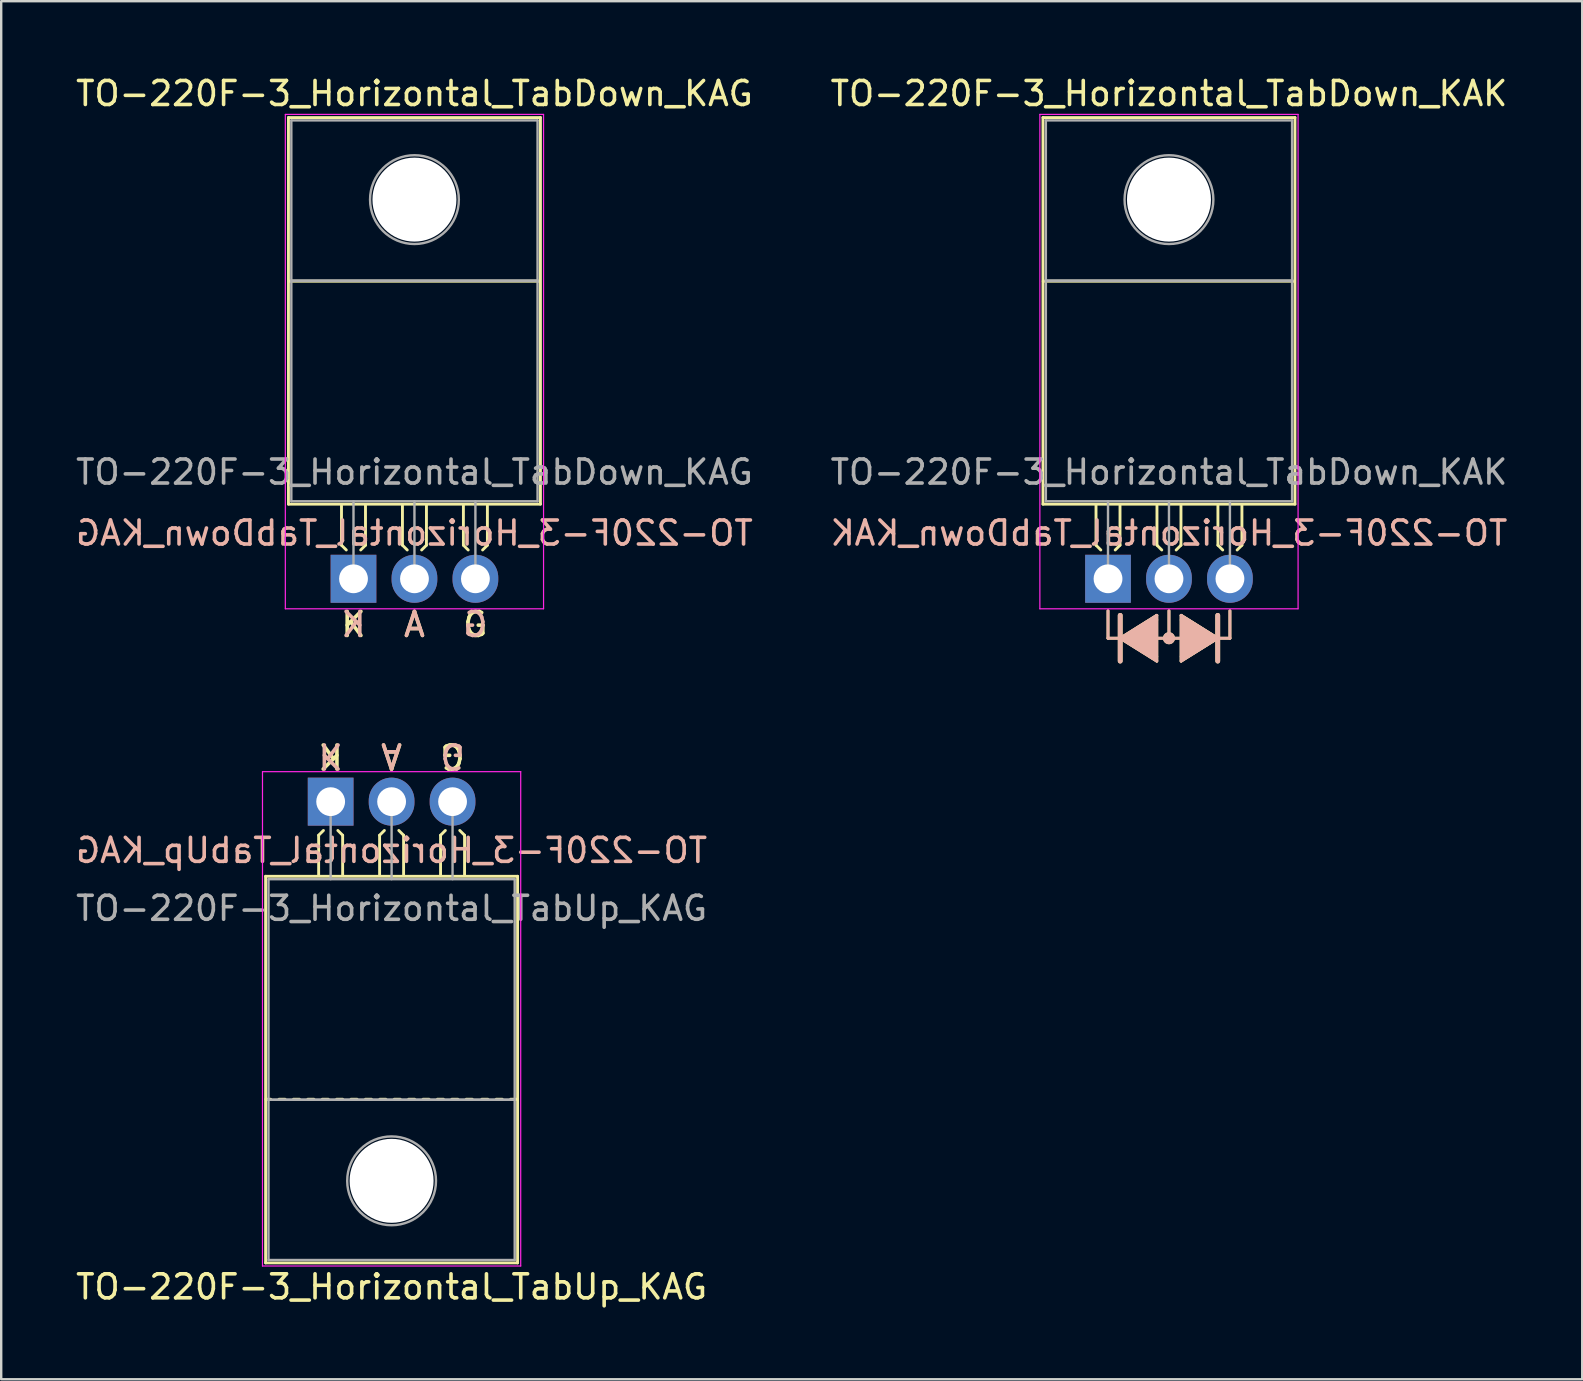
<source format=kicad_pcb>
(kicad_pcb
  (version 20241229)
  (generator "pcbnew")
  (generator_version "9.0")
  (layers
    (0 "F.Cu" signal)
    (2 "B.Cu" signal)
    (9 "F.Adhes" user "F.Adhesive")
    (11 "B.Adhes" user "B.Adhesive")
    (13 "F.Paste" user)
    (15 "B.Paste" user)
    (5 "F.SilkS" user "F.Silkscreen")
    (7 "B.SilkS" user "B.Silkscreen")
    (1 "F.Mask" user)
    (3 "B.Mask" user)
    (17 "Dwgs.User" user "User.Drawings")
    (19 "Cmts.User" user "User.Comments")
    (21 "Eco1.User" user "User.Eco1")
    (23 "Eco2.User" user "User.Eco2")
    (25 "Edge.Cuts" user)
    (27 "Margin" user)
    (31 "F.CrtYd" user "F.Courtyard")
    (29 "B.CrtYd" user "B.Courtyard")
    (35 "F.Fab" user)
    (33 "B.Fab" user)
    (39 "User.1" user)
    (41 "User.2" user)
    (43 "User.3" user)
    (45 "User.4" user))
  (footprint "TO-220F-3_Horizontal_TabUp_KAG"
    (layer "F.Cu")
    (at 10.728 30.355)
    (property "Reference" "TO-220F-3_Horizontal_TabUp_KAG" (at 2.54 20.22 0) (layer "F.SilkS") (effects (font (size 1 1) (thickness 0.15))))
    (fp_line (start -2.71 19.22) (end -2.71 3.11) (stroke (width 0.12) (type solid)) (layer "F.SilkS"))
    (fp_line (start -2.5 12.4) (end -2.7 12.4) (stroke (width 0.12) (type solid)) (layer "F.SilkS"))
    (fp_line (start -1.9 12.4) (end -2.15 12.4) (stroke (width 0.12) (type solid)) (layer "F.SilkS"))
    (fp_line (start -1.3 12.4) (end -1.55 12.4) (stroke (width 0.12) (type solid)) (layer "F.SilkS"))
    (fp_line (start -0.7 12.4) (end -0.95 12.4) (stroke (width 0.12) (type solid)) (layer "F.SilkS"))
    (fp_line (start -0.5 1.4) (end -0.3 1.2) (stroke (width 0.12) (type solid)) (layer "F.SilkS"))
    (fp_line (start -0.5 3.048) (end -0.5 1.4) (stroke (width 0.12) (type solid)) (layer "F.SilkS"))
    (fp_line (start -0.1 12.4) (end -0.35 12.4) (stroke (width 0.12) (type solid)) (layer "F.SilkS"))
    (fp_line (start 0.5 1.4) (end 0.3 1.2) (stroke (width 0.12) (type solid)) (layer "F.SilkS"))
    (fp_line (start 0.5 3.048) (end 0.5 1.4) (stroke (width 0.12) (type solid)) (layer "F.SilkS"))
    (fp_line (start 0.5 12.4) (end 0.25 12.4) (stroke (width 0.12) (type solid)) (layer "F.SilkS"))
    (fp_line (start 1.1 12.4) (end 0.85 12.4) (stroke (width 0.12) (type solid)) (layer "F.SilkS"))
    (fp_line (start 1.7 12.4) (end 1.45 12.4) (stroke (width 0.12) (type solid)) (layer "F.SilkS"))
    (fp_line (start 2.04 1.4) (end 2.24 1.2) (stroke (width 0.12) (type solid)) (layer "F.SilkS"))
    (fp_line (start 2.04 3.048) (end 2.04 1.4) (stroke (width 0.12) (type solid)) (layer "F.SilkS"))
    (fp_line (start 2.3 12.4) (end 2.05 12.4) (stroke (width 0.12) (type solid)) (layer "F.SilkS"))
    (fp_line (start 2.9 12.4) (end 2.65 12.4) (stroke (width 0.12) (type solid)) (layer "F.SilkS"))
    (fp_line (start 3.04 1.4) (end 2.84 1.2) (stroke (width 0.12) (type solid)) (layer "F.SilkS"))
    (fp_line (start 3.04 3.048) (end 3.04 1.4) (stroke (width 0.12) (type solid)) (layer "F.SilkS"))
    (fp_line (start 3.5 12.4) (end 3.25 12.4) (stroke (width 0.12) (type solid)) (layer "F.SilkS"))
    (fp_line (start 4.1 12.4) (end 3.85 12.4) (stroke (width 0.12) (type solid)) (layer "F.SilkS"))
    (fp_line (start 4.58 1.4) (end 4.78 1.2) (stroke (width 0.12) (type solid)) (layer "F.SilkS"))
    (fp_line (start 4.58 3.048) (end 4.58 1.4) (stroke (width 0.12) (type solid)) (layer "F.SilkS"))
    (fp_line (start 4.7 12.4) (end 4.45 12.4) (stroke (width 0.12) (type solid)) (layer "F.SilkS"))
    (fp_line (start 5.3 12.4) (end 5.05 12.4) (stroke (width 0.12) (type solid)) (layer "F.SilkS"))
    (fp_line (start 5.58 1.4) (end 5.38 1.2) (stroke (width 0.12) (type solid)) (layer "F.SilkS"))
    (fp_line (start 5.58 3.048) (end 5.58 1.4) (stroke (width 0.12) (type solid)) (layer "F.SilkS"))
    (fp_line (start 5.9 12.4) (end 5.65 12.4) (stroke (width 0.12) (type solid)) (layer "F.SilkS"))
    (fp_line (start 6.55 12.4) (end 6.3 12.4) (stroke (width 0.12) (type solid)) (layer "F.SilkS"))
    (fp_line (start 7.15 12.4) (end 6.9 12.4) (stroke (width 0.12) (type solid)) (layer "F.SilkS"))
    (fp_line (start 7.75 12.4) (end 7.5 12.4) (stroke (width 0.12) (type solid)) (layer "F.SilkS"))
    (fp_line (start 7.79 3.11) (end -2.71 3.11) (stroke (width 0.12) (type solid)) (layer "F.SilkS"))
    (fp_line (start 7.79 19.22) (end -2.71 19.22) (stroke (width 0.12) (type solid)) (layer "F.SilkS"))
    (fp_line (start 7.79 19.22) (end 7.79 3.11) (stroke (width 0.12) (type solid)) (layer "F.SilkS"))
    (fp_line (start -2.84 -1.25) (end -2.84 19.35) (stroke (width 0.05) (type solid)) (layer "F.CrtYd"))
    (fp_line (start -2.84 19.35) (end 7.92 19.35) (stroke (width 0.05) (type solid)) (layer "F.CrtYd"))
    (fp_line (start 7.92 -1.25) (end -2.84 -1.25) (stroke (width 0.05) (type solid)) (layer "F.CrtYd"))
    (fp_line (start 7.92 19.35) (end 7.92 -1.25) (stroke (width 0.05) (type solid)) (layer "F.CrtYd"))
    (fp_line (start -2.59 3.23) (end -2.59 12.42) (stroke (width 0.1) (type solid)) (layer "F.Fab"))
    (fp_line (start -2.59 12.42) (end -2.59 19.1) (stroke (width 0.1) (type solid)) (layer "F.Fab"))
    (fp_line (start -2.59 12.42) (end 7.67 12.42) (stroke (width 0.1) (type solid)) (layer "F.Fab"))
    (fp_line (start -2.59 19.1) (end 7.67 19.1) (stroke (width 0.1) (type solid)) (layer "F.Fab"))
    (fp_line (start 0 3.23) (end 0 0) (stroke (width 0.1) (type solid)) (layer "F.Fab"))
    (fp_line (start 2.54 3.23) (end 2.54 0) (stroke (width 0.1) (type solid)) (layer "F.Fab"))
    (fp_line (start 5.08 3.23) (end 5.08 0) (stroke (width 0.1) (type solid)) (layer "F.Fab"))
    (fp_line (start 7.67 3.23) (end -2.59 3.23) (stroke (width 0.1) (type solid)) (layer "F.Fab"))
    (fp_line (start 7.67 12.42) (end -2.59 12.42) (stroke (width 0.1) (type solid)) (layer "F.Fab"))
    (fp_line (start 7.67 12.42) (end 7.67 3.23) (stroke (width 0.1) (type solid)) (layer "F.Fab"))
    (fp_line (start 7.67 19.1) (end 7.67 12.42) (stroke (width 0.1) (type solid)) (layer "F.Fab"))
    (fp_circle (center 2.54 15.8) (end 4.39 15.8) (stroke (width 0.1) (type solid)) (fill no) (layer "F.Fab"))
    (fp_text user "A" (at 2.54 -1.905 180) (unlocked yes) (layer "F.SilkS") (effects (font (size 1 1) (thickness 0.15))))
    (fp_text user "K" (at 0 -1.905 180) (unlocked yes) (layer "F.SilkS") (effects (font (size 1 1) (thickness 0.15))))
    (fp_text user "G" (at 5.08 -1.905 180) (unlocked yes) (layer "F.SilkS") (effects (font (size 1 1) (thickness 0.15))))
    (fp_text user "A" (at 2.536 -1.909 180) (unlocked yes) (layer "B.SilkS") (effects (font (size 1 1) (thickness 0.15)) (justify mirror)))
    (fp_text user "G" (at 5.08 -1.905 180) (unlocked yes) (layer "B.SilkS") (effects (font (size 1 1) (thickness 0.15)) (justify mirror)))
    (fp_text user "K" (at 0 -1.905 180) (unlocked yes) (layer "B.SilkS") (effects (font (size 1 1) (thickness 0.15)) (justify mirror)))
    (fp_text user "${REFERENCE}" (at 2.54 2.032 0) (layer "B.SilkS") (effects (font (size 1 1) (thickness 0.15)) (justify mirror)))
    (fp_text user "${REFERENCE}" (at 2.54 4.445 0) (layer "F.Fab") (effects (font (size 1 1) (thickness 0.15))))
    (pad "" np_thru_hole oval (at 2.54 15.8) (size 3.5 3.5) (drill 3.5) (layers "*.Cu" "*.Mask"))
    (pad "1" thru_hole rect (at 0 0) (size 1.905 2) (drill 1.2) (layers "*.Cu" "*.Mask"))
    (pad "2" thru_hole oval (at 2.54 0) (size 1.905 2) (drill 1.2) (layers "*.Cu" "*.Mask"))
    (pad "3" thru_hole oval (at 5.08 0) (size 1.905 2) (drill 1.2) (layers "*.Cu" "*.Mask")))
  (footprint "TO-220F-3_Horizontal_TabDown_KAG"
    (layer "F.Cu")
    (at 11.68 21.068)
    (property "Reference" "TO-220F-3_Horizontal_TabDown_KAG" (at 2.54 -20.22 0) (layer "F.SilkS") (effects (font (size 1 1) (thickness 0.15))))
    (fp_line (start -2.71 -19.22) (end -2.71 -3.11) (stroke (width 0.12) (type solid)) (layer "F.SilkS"))
    (fp_line (start -2.71 -19.22) (end 7.79 -19.22) (stroke (width 0.12) (type solid)) (layer "F.SilkS"))
    (fp_line (start -2.71 -3.11) (end 7.79 -3.11) (stroke (width 0.12) (type solid)) (layer "F.SilkS"))
    (fp_line (start -2.7 -12.4) (end 7.75 -12.4) (stroke (width 0.12) (type solid)) (layer "F.SilkS"))
    (fp_line (start -0.5 -3.048) (end -0.5 -1.4) (stroke (width 0.12) (type solid)) (layer "F.SilkS"))
    (fp_line (start -0.5 -1.4) (end -0.3 -1.2) (stroke (width 0.12) (type solid)) (layer "F.SilkS"))
    (fp_line (start 0.5 -3.048) (end 0.5 -1.4) (stroke (width 0.12) (type solid)) (layer "F.SilkS"))
    (fp_line (start 0.5 -1.4) (end 0.3 -1.2) (stroke (width 0.12) (type solid)) (layer "F.SilkS"))
    (fp_line (start 2.04 -3.048) (end 2.04 -1.4) (stroke (width 0.12) (type solid)) (layer "F.SilkS"))
    (fp_line (start 2.04 -1.4) (end 2.24 -1.2) (stroke (width 0.12) (type solid)) (layer "F.SilkS"))
    (fp_line (start 3.04 -3.048) (end 3.04 -1.4) (stroke (width 0.12) (type solid)) (layer "F.SilkS"))
    (fp_line (start 3.04 -1.4) (end 2.84 -1.2) (stroke (width 0.12) (type solid)) (layer "F.SilkS"))
    (fp_line (start 4.58 -3.048) (end 4.58 -1.4) (stroke (width 0.12) (type solid)) (layer "F.SilkS"))
    (fp_line (start 4.58 -1.4) (end 4.78 -1.2) (stroke (width 0.12) (type solid)) (layer "F.SilkS"))
    (fp_line (start 5.58 -3.048) (end 5.58 -1.4) (stroke (width 0.12) (type solid)) (layer "F.SilkS"))
    (fp_line (start 5.58 -1.4) (end 5.38 -1.2) (stroke (width 0.12) (type solid)) (layer "F.SilkS"))
    (fp_line (start 7.79 -19.22) (end 7.79 -3.11) (stroke (width 0.12) (type solid)) (layer "F.SilkS"))
    (fp_line (start -2.84 -19.35) (end -2.84 1.25) (stroke (width 0.05) (type solid)) (layer "F.CrtYd"))
    (fp_line (start -2.84 1.25) (end 7.92 1.25) (stroke (width 0.05) (type solid)) (layer "F.CrtYd"))
    (fp_line (start 7.92 -19.35) (end -2.84 -19.35) (stroke (width 0.05) (type solid)) (layer "F.CrtYd"))
    (fp_line (start 7.92 1.25) (end 7.92 -19.35) (stroke (width 0.05) (type solid)) (layer "F.CrtYd"))
    (fp_line (start -2.59 -19.1) (end 7.67 -19.1) (stroke (width 0.1) (type solid)) (layer "F.Fab"))
    (fp_line (start -2.59 -12.42) (end -2.59 -19.1) (stroke (width 0.1) (type solid)) (layer "F.Fab"))
    (fp_line (start -2.59 -12.42) (end 7.67 -12.42) (stroke (width 0.1) (type solid)) (layer "F.Fab"))
    (fp_line (start -2.59 -3.23) (end -2.59 -12.42) (stroke (width 0.1) (type solid)) (layer "F.Fab"))
    (fp_line (start 0 -3.23) (end 0 0) (stroke (width 0.1) (type solid)) (layer "F.Fab"))
    (fp_line (start 2.54 -3.23) (end 2.54 0) (stroke (width 0.1) (type solid)) (layer "F.Fab"))
    (fp_line (start 5.08 -3.23) (end 5.08 0) (stroke (width 0.1) (type solid)) (layer "F.Fab"))
    (fp_line (start 7.67 -19.1) (end 7.67 -12.42) (stroke (width 0.1) (type solid)) (layer "F.Fab"))
    (fp_line (start 7.67 -12.42) (end -2.59 -12.42) (stroke (width 0.1) (type solid)) (layer "F.Fab"))
    (fp_line (start 7.67 -12.42) (end 7.67 -3.23) (stroke (width 0.1) (type solid)) (layer "F.Fab"))
    (fp_line (start 7.67 -3.23) (end -2.59 -3.23) (stroke (width 0.1) (type solid)) (layer "F.Fab"))
    (fp_circle (center 2.54 -15.8) (end 4.39 -15.8) (stroke (width 0.1) (type solid)) (fill no) (layer "F.Fab"))
    (fp_text user "G" (at 5.08 1.905 0) (unlocked yes) (layer "F.SilkS") (effects (font (size 1 1) (thickness 0.15))))
    (fp_text user "A" (at 2.54 1.905 0) (unlocked yes) (layer "F.SilkS") (effects (font (size 1 1) (thickness 0.15))))
    (fp_text user "K" (at 0 1.905 0) (unlocked yes) (layer "F.SilkS") (effects (font (size 1 1) (thickness 0.15))))
    (fp_text user "G" (at 5.08 1.905 0) (unlocked yes) (layer "B.SilkS") (effects (font (size 1 1) (thickness 0.15)) (justify mirror)))
    (fp_text user "K" (at 0 1.905 0) (unlocked yes) (layer "B.SilkS") (effects (font (size 1 1) (thickness 0.15)) (justify mirror)))
    (fp_text user "${REFERENCE}" (at 2.54 -1.905 0) (layer "B.SilkS") (effects (font (size 1 1) (thickness 0.15)) (justify mirror)))
    (fp_text user "A" (at 2.54 1.905 0) (unlocked yes) (layer "B.SilkS") (effects (font (size 1 1) (thickness 0.15)) (justify mirror)))
    (fp_text user "${REFERENCE}" (at 2.54 -4.445 0) (layer "F.Fab") (effects (font (size 1 1) (thickness 0.15))))
    (pad "" np_thru_hole oval (at 2.54 -15.8) (size 3.5 3.5) (drill 3.5) (layers "*.Cu" "*.Mask"))
    (pad "1" thru_hole rect (at 0 0) (size 1.905 2) (drill 1.2) (layers "*.Cu" "*.Mask"))
    (pad "2" thru_hole oval (at 2.54 0) (size 1.905 2) (drill 1.2) (layers "*.Cu" "*.Mask"))
    (pad "3" thru_hole oval (at 5.08 0) (size 1.905 2) (drill 1.2) (layers "*.Cu" "*.Mask")))
  (footprint "TO-220F-3_Horizontal_TabDown_KAK"
    (layer "F.Cu")
    (at 43.121 21.068)
    (property "Reference" "TO-220F-3_Horizontal_TabDown_KAK" (at 2.54 -20.22 0) (layer "F.SilkS") (effects (font (size 1 1) (thickness 0.15))))
    (fp_line (start -2.71 -19.22) (end -2.71 -3.11) (stroke (width 0.12) (type solid)) (layer "F.SilkS"))
    (fp_line (start -2.71 -19.22) (end 7.79 -19.22) (stroke (width 0.12) (type solid)) (layer "F.SilkS"))
    (fp_line (start -2.71 -3.11) (end 7.79 -3.11) (stroke (width 0.12) (type solid)) (layer "F.SilkS"))
    (fp_line (start -2.7 -12.4) (end 7.75 -12.4) (stroke (width 0.12) (type solid)) (layer "F.SilkS"))
    (fp_line (start -0.5 -3.048) (end -0.5 -1.4) (stroke (width 0.12) (type solid)) (layer "F.SilkS"))
    (fp_line (start -0.5 -1.4) (end -0.3 -1.2) (stroke (width 0.12) (type solid)) (layer "F.SilkS"))
    (fp_line (start 0 1.333) (end 0 2.477) (stroke (width 0.12) (type solid)) (layer "F.SilkS"))
    (fp_line (start 0 2.477) (end 0.508 2.477) (stroke (width 0.12) (type solid)) (layer "F.SilkS"))
    (fp_line (start 0.5 -3.048) (end 0.5 -1.4) (stroke (width 0.12) (type solid)) (layer "F.SilkS"))
    (fp_line (start 0.5 -1.4) (end 0.3 -1.2) (stroke (width 0.12) (type solid)) (layer "F.SilkS"))
    (fp_line (start 0.508 1.524) (end 0.508 3.429) (stroke (width 0.2) (type solid)) (layer "F.SilkS"))
    (fp_line (start 0.508 2.477) (end 2.032 1.524) (stroke (width 0.12) (type solid)) (layer "F.SilkS"))
    (fp_line (start 0.508 2.477) (end 2.032 3.429) (stroke (width 0.12) (type solid)) (layer "F.SilkS"))
    (fp_line (start 2.032 1.714) (end 2.032 1.524) (stroke (width 0.12) (type solid)) (layer "F.SilkS"))
    (fp_line (start 2.032 3.239) (end 2.032 1.714) (stroke (width 0.12) (type solid)) (layer "F.SilkS"))
    (fp_line (start 2.032 3.239) (end 2.032 3.429) (stroke (width 0.12) (type solid)) (layer "F.SilkS"))
    (fp_line (start 2.04 -3.048) (end 2.04 -1.4) (stroke (width 0.12) (type solid)) (layer "F.SilkS"))
    (fp_line (start 2.04 -1.4) (end 2.24 -1.2) (stroke (width 0.12) (type solid)) (layer "F.SilkS"))
    (fp_line (start 2.54 1.333) (end 2.54 2.477) (stroke (width 0.12) (type solid)) (layer "F.SilkS"))
    (fp_line (start 2.54 2.477) (end 2.032 2.477) (stroke (width 0.12) (type solid)) (layer "F.SilkS"))
    (fp_line (start 2.54 2.477) (end 3.048 2.477) (stroke (width 0.12) (type solid)) (layer "F.SilkS"))
    (fp_line (start 3.04 -3.048) (end 3.04 -1.4) (stroke (width 0.12) (type solid)) (layer "F.SilkS"))
    (fp_line (start 3.04 -1.4) (end 2.84 -1.2) (stroke (width 0.12) (type solid)) (layer "F.SilkS"))
    (fp_line (start 3.048 1.524) (end 3.048 3.429) (stroke (width 0.12) (type solid)) (layer "F.SilkS"))
    (fp_line (start 3.048 3.429) (end 4.572 2.477) (stroke (width 0.12) (type solid)) (layer "F.SilkS"))
    (fp_line (start 4.572 2.477) (end 3.048 1.524) (stroke (width 0.12) (type solid)) (layer "F.SilkS"))
    (fp_line (start 4.572 3.429) (end 4.572 1.524) (stroke (width 0.2) (type solid)) (layer "F.SilkS"))
    (fp_line (start 4.58 -3.048) (end 4.58 -1.4) (stroke (width 0.12) (type solid)) (layer "F.SilkS"))
    (fp_line (start 4.58 -1.4) (end 4.78 -1.2) (stroke (width 0.12) (type solid)) (layer "F.SilkS"))
    (fp_line (start 5.08 1.333) (end 5.08 2.477) (stroke (width 0.12) (type solid)) (layer "F.SilkS"))
    (fp_line (start 5.08 2.477) (end 4.572 2.477) (stroke (width 0.12) (type solid)) (layer "F.SilkS"))
    (fp_line (start 5.58 -3.048) (end 5.58 -1.4) (stroke (width 0.12) (type solid)) (layer "F.SilkS"))
    (fp_line (start 5.58 -1.4) (end 5.38 -1.2) (stroke (width 0.12) (type solid)) (layer "F.SilkS"))
    (fp_line (start 7.79 -19.22) (end 7.79 -3.11) (stroke (width 0.12) (type solid)) (layer "F.SilkS"))
    (fp_circle (center 2.54 2.477) (end 2.54 2.54) (stroke (width 0.12) (type solid)) (fill no) (layer "F.SilkS"))
    (fp_circle (center 2.54 2.477) (end 2.54 2.603) (stroke (width 0.12) (type solid)) (fill no) (layer "F.SilkS"))
    (fp_circle (center 2.54 2.477) (end 2.54 2.667) (stroke (width 0.12) (type solid)) (fill no) (layer "F.SilkS"))
    (fp_poly (pts (xy 0.508 2.477) (xy 2.032 1.524) (xy 2.032 3.429)) (stroke (width 0.1) (type solid)) (fill yes) (layer "F.SilkS"))
    (fp_poly (pts (xy 3.048 1.524) (xy 4.572 2.477) (xy 3.048 3.429)) (stroke (width 0.1) (type solid)) (fill yes) (layer "F.SilkS"))
    (fp_line (start 0 1.333) (end 0 2.477) (stroke (width 0.12) (type solid)) (layer "B.SilkS"))
    (fp_line (start 0 2.477) (end 0.508 2.477) (stroke (width 0.12) (type solid)) (layer "B.SilkS"))
    (fp_line (start 0.508 2.477) (end 2.032 1.524) (stroke (width 0.12) (type solid)) (layer "B.SilkS"))
    (fp_line (start 0.508 3.429) (end 0.508 1.524) (stroke (width 0.2) (type solid)) (layer "B.SilkS"))
    (fp_line (start 2.032 1.524) (end 2.032 3.429) (stroke (width 0.12) (type solid)) (layer "B.SilkS"))
    (fp_line (start 2.032 3.429) (end 0.508 2.477) (stroke (width 0.12) (type solid)) (layer "B.SilkS"))
    (fp_line (start 2.54 1.333) (end 2.54 2.477) (stroke (width 0.12) (type solid)) (layer "B.SilkS"))
    (fp_line (start 2.54 2.477) (end 2.032 2.477) (stroke (width 0.12) (type solid)) (layer "B.SilkS"))
    (fp_line (start 2.54 2.477) (end 3.048 2.477) (stroke (width 0.12) (type solid)) (layer "B.SilkS"))
    (fp_line (start 3.048 1.714) (end 3.048 1.524) (stroke (width 0.12) (type solid)) (layer "B.SilkS"))
    (fp_line (start 3.048 3.239) (end 3.048 1.714) (stroke (width 0.12) (type solid)) (layer "B.SilkS"))
    (fp_line (start 3.048 3.239) (end 3.048 3.429) (stroke (width 0.12) (type solid)) (layer "B.SilkS"))
    (fp_line (start 4.572 1.524) (end 4.572 3.429) (stroke (width 0.2) (type solid)) (layer "B.SilkS"))
    (fp_line (start 4.572 2.477) (end 3.048 1.524) (stroke (width 0.12) (type solid)) (layer "B.SilkS"))
    (fp_line (start 4.572 2.477) (end 3.048 3.429) (stroke (width 0.12) (type solid)) (layer "B.SilkS"))
    (fp_line (start 5.08 1.333) (end 5.08 2.477) (stroke (width 0.12) (type solid)) (layer "B.SilkS"))
    (fp_line (start 5.08 2.477) (end 4.572 2.477) (stroke (width 0.12) (type solid)) (layer "B.SilkS"))
    (fp_circle (center 2.54 2.477) (end 2.54 2.54) (stroke (width 0.12) (type solid)) (fill no) (layer "B.SilkS"))
    (fp_circle (center 2.54 2.477) (end 2.54 2.603) (stroke (width 0.12) (type solid)) (fill no) (layer "B.SilkS"))
    (fp_circle (center 2.54 2.477) (end 2.54 2.667) (stroke (width 0.12) (type solid)) (fill no) (layer "B.SilkS"))
    (fp_poly (pts (xy 2.032 1.524) (xy 0.508 2.477) (xy 2.032 3.429)) (stroke (width 0.1) (type solid)) (fill yes) (layer "B.SilkS"))
    (fp_poly (pts (xy 4.572 2.477) (xy 3.048 1.524) (xy 3.048 3.429)) (stroke (width 0.1) (type solid)) (fill yes) (layer "B.SilkS"))
    (fp_line (start -2.84 -19.35) (end -2.84 1.25) (stroke (width 0.05) (type solid)) (layer "F.CrtYd"))
    (fp_line (start -2.84 1.25) (end 7.92 1.25) (stroke (width 0.05) (type solid)) (layer "F.CrtYd"))
    (fp_line (start 7.92 -19.35) (end -2.84 -19.35) (stroke (width 0.05) (type solid)) (layer "F.CrtYd"))
    (fp_line (start 7.92 1.25) (end 7.92 -19.35) (stroke (width 0.05) (type solid)) (layer "F.CrtYd"))
    (fp_line (start -2.59 -19.1) (end 7.67 -19.1) (stroke (width 0.1) (type solid)) (layer "F.Fab"))
    (fp_line (start -2.59 -12.42) (end -2.59 -19.1) (stroke (width 0.1) (type solid)) (layer "F.Fab"))
    (fp_line (start -2.59 -12.42) (end 7.67 -12.42) (stroke (width 0.1) (type solid)) (layer "F.Fab"))
    (fp_line (start -2.59 -3.23) (end -2.59 -12.42) (stroke (width 0.1) (type solid)) (layer "F.Fab"))
    (fp_line (start 0 -3.23) (end 0 0) (stroke (width 0.1) (type solid)) (layer "F.Fab"))
    (fp_line (start 2.54 -3.23) (end 2.54 0) (stroke (width 0.1) (type solid)) (layer "F.Fab"))
    (fp_line (start 5.08 -3.23) (end 5.08 0) (stroke (width 0.1) (type solid)) (layer "F.Fab"))
    (fp_line (start 7.67 -19.1) (end 7.67 -12.42) (stroke (width 0.1) (type solid)) (layer "F.Fab"))
    (fp_line (start 7.67 -12.42) (end -2.59 -12.42) (stroke (width 0.1) (type solid)) (layer "F.Fab"))
    (fp_line (start 7.67 -12.42) (end 7.67 -3.23) (stroke (width 0.1) (type solid)) (layer "F.Fab"))
    (fp_line (start 7.67 -3.23) (end -2.59 -3.23) (stroke (width 0.1) (type solid)) (layer "F.Fab"))
    (fp_circle (center 2.54 -15.8) (end 4.39 -15.8) (stroke (width 0.1) (type solid)) (fill no) (layer "F.Fab"))
    (fp_text user "${REFERENCE}" (at 2.54 -1.905 0) (layer "B.SilkS") (effects (font (size 1 1) (thickness 0.15)) (justify mirror)))
    (fp_text user "${REFERENCE}" (at 2.54 -4.445 0) (layer "F.Fab") (effects (font (size 1 1) (thickness 0.15))))
    (pad "" np_thru_hole oval (at 2.54 -15.8) (size 3.5 3.5) (drill 3.5) (layers "*.Cu" "*.Mask"))
    (pad "1" thru_hole rect (at 0 0) (size 1.905 2) (drill 1.2) (layers "*.Cu" "*.Mask"))
    (pad "2" thru_hole oval (at 2.54 0) (size 1.905 2) (drill 1.2) (layers "*.Cu" "*.Mask"))
    (pad "3" thru_hole oval (at 5.08 0) (size 1.905 2) (drill 1.2) (layers "*.Cu" "*.Mask")))
  (gr_rect
    (start -3 -3)
    (end 62.881 54.423)
    (stroke (width 0.1) (type default))
    (fill no)
    (layer "Edge.Cuts")))
</source>
